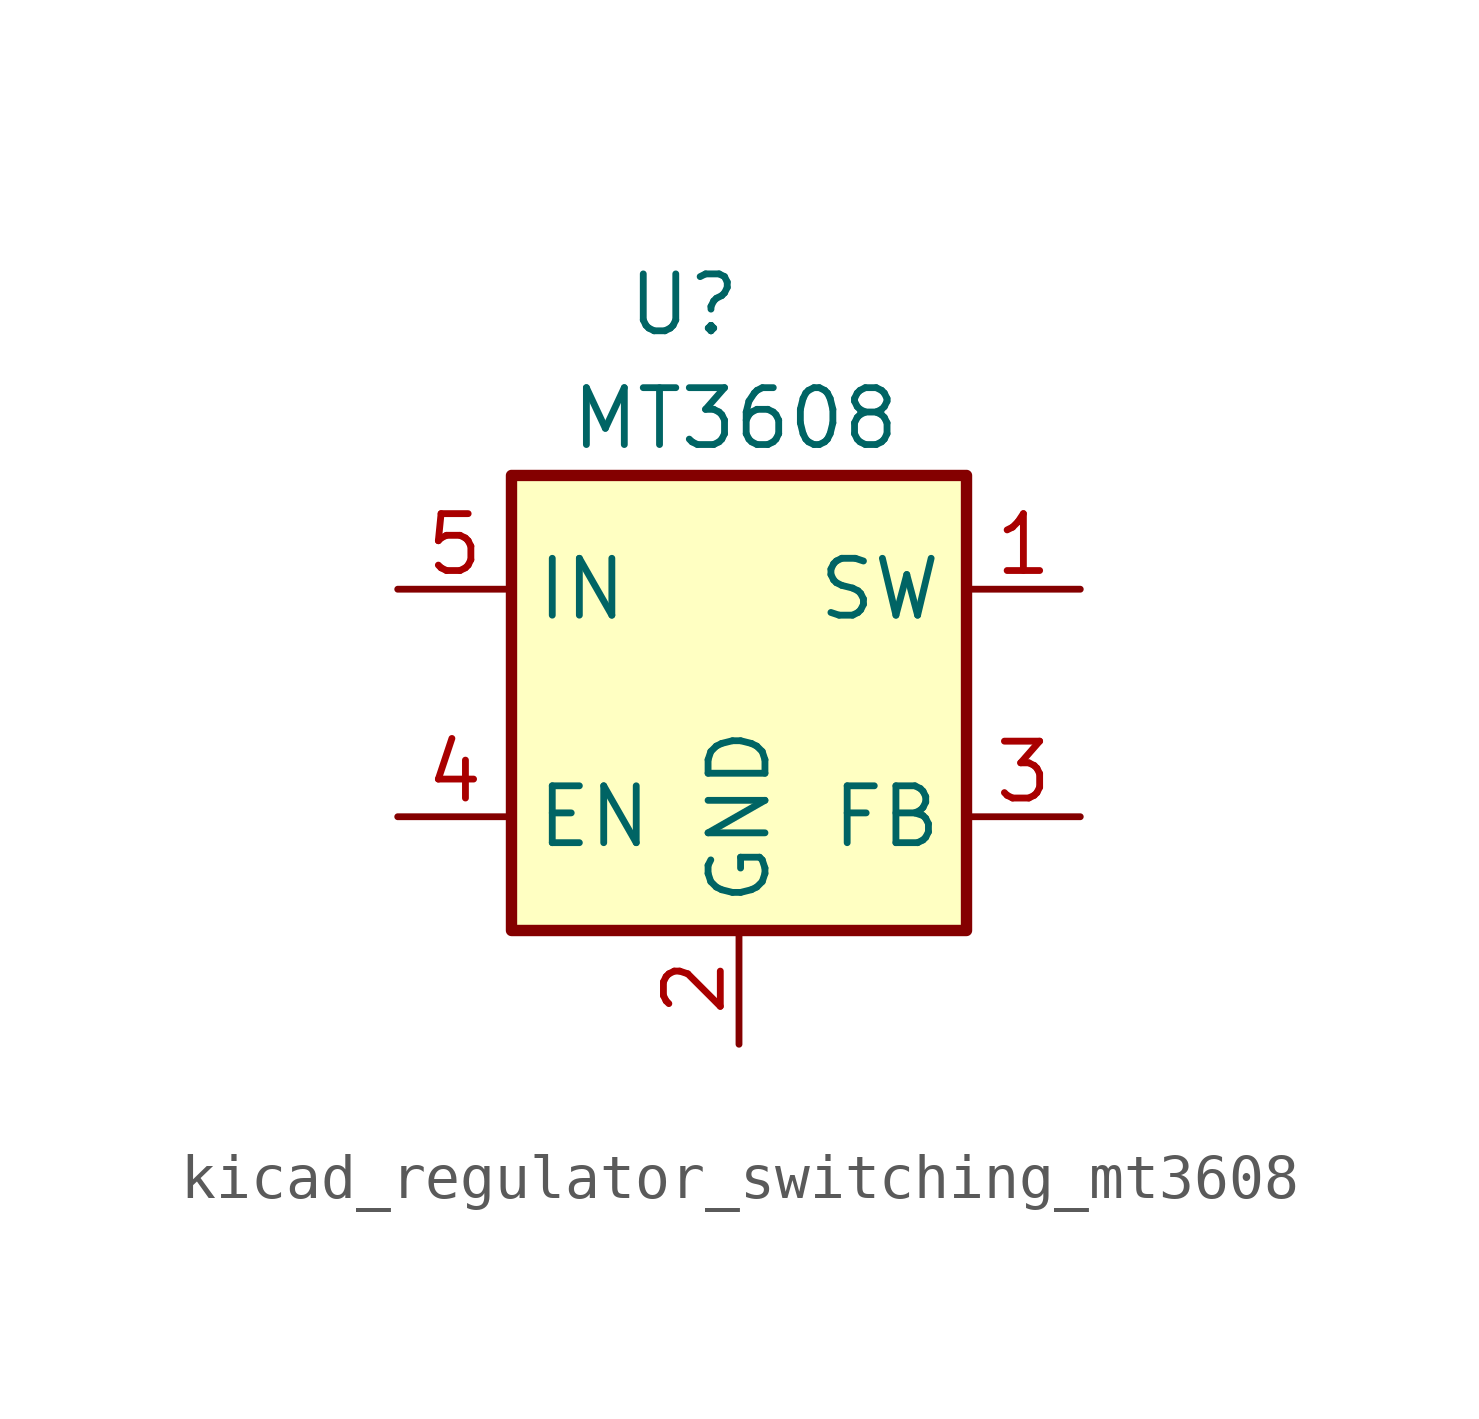
<source format=kicad_sym>
(kicad_symbol_lib
  (version 20220914)
  (generator kicad_symbol_editor)
  (symbol "kicad_regulator_switching_mt3608"
    (property "Reference" "U"
      (at -2.54 8.89 0)
      (effects (font (size 1.27 1.27)) (justify left)))
    (property "Value" "MT3608"
      (at -3.81 6.35 0)
      (effects (font (size 1.27 1.27)) (justify left)))
    (symbol "kicad_regulator_switching_mt3608_0_1"
      (rectangle (start -5.08 5.08) (end 5.08 -5.08) (stroke (width 0.254) (type default)) (fill (type background))))
    (symbol "kicad_regulator_switching_mt3608_1_1"
      (pin passive line (at 7.62 2.54 180) (length 2.54) (name "SW" (effects (font (size 1.27 1.27)))) (number "1" (effects (font (size 1.27 1.27)))))
      (pin power_in line (at 0 -7.62 90) (length 2.54) (name "GND" (effects (font (size 1.27 1.27)))) (number "2" (effects (font (size 1.27 1.27)))))
      (pin input line (at 7.62 -2.54 180) (length 2.54) (name "FB" (effects (font (size 1.27 1.27)))) (number "3" (effects (font (size 1.27 1.27)))))
      (pin input line (at -7.62 -2.54 0) (length 2.54) (name "EN" (effects (font (size 1.27 1.27)))) (number "4" (effects (font (size 1.27 1.27)))))
      (pin power_in line (at -7.62 2.54 0) (length 2.54) (name "IN" (effects (font (size 1.27 1.27)))) (number "5" (effects (font (size 1.27 1.27)))))
      (pin no_connect line (at 5.08 0 180) (length 2.54) hide (name "NC" (effects (font (size 1.27 1.27)))) (number "6" (effects (font (size 1.27 1.27))))))))
</source>
